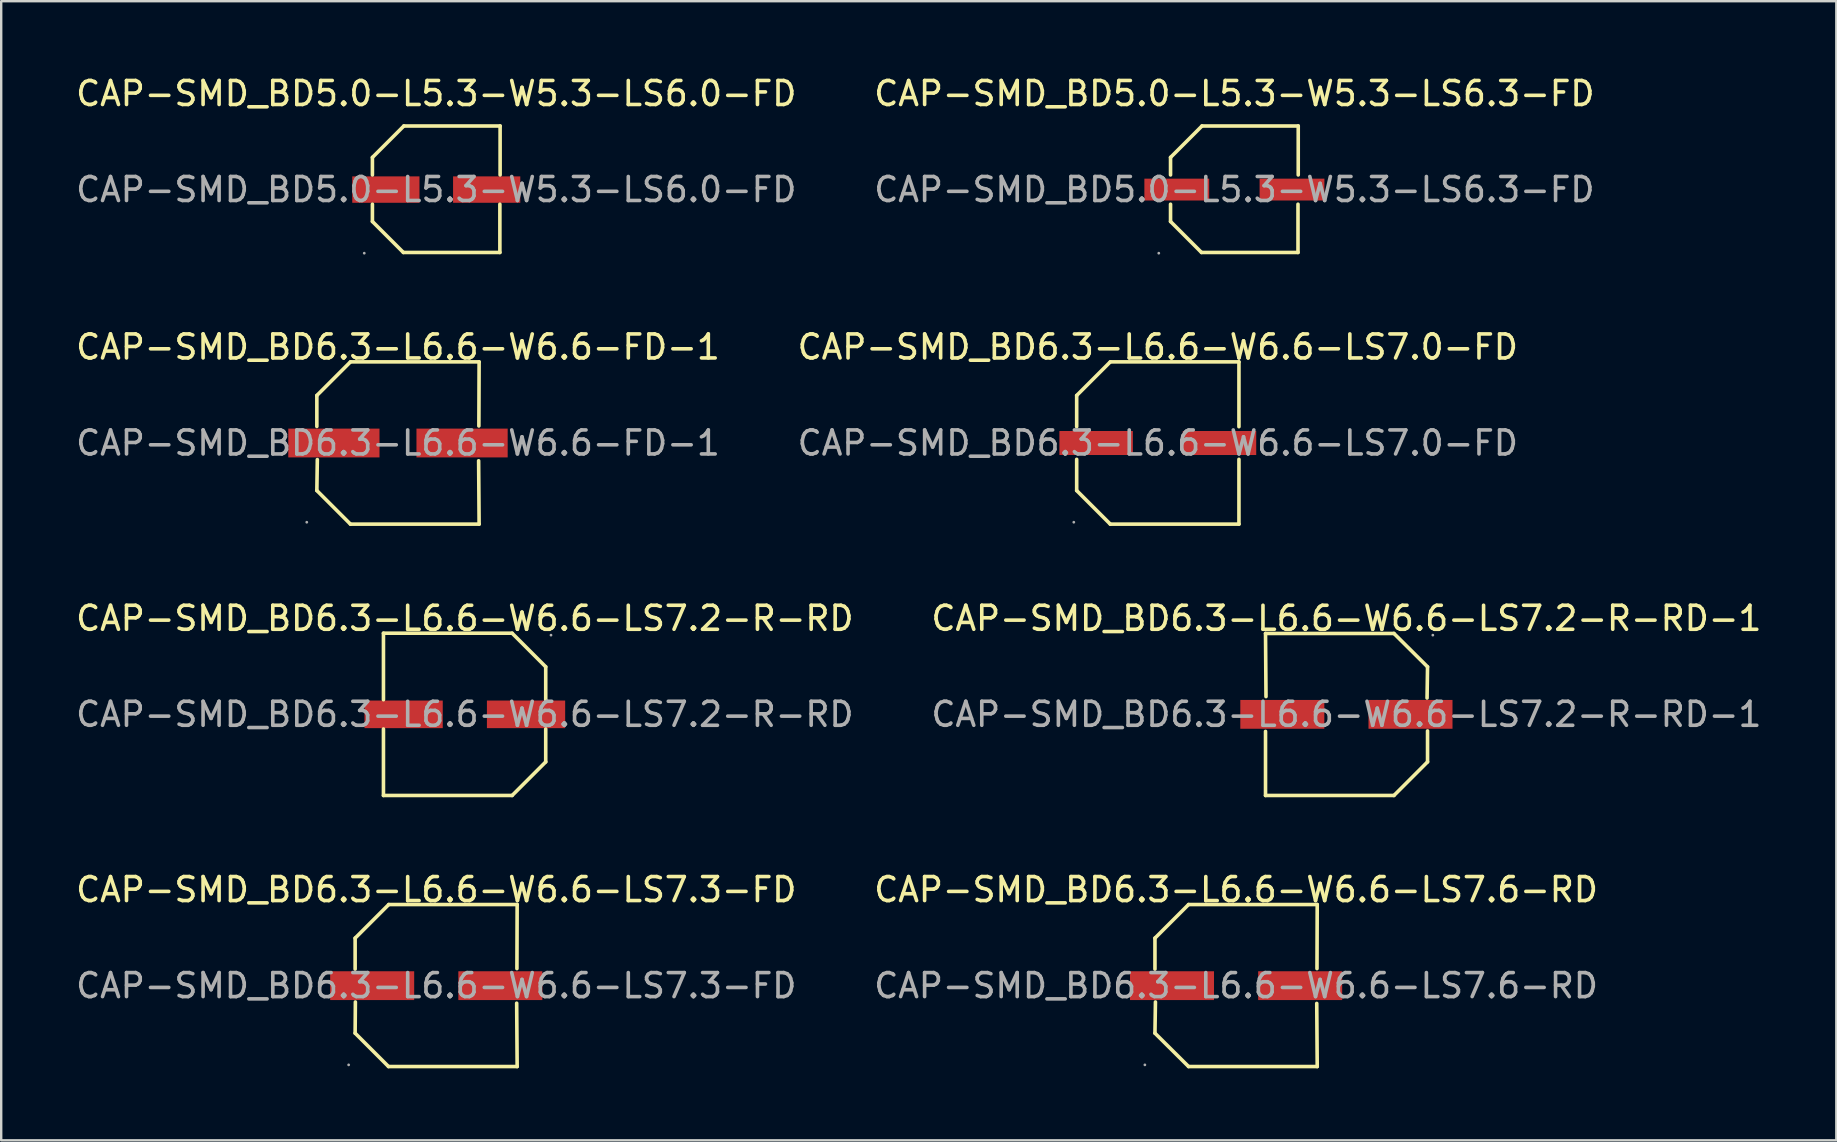
<source format=kicad_pcb>
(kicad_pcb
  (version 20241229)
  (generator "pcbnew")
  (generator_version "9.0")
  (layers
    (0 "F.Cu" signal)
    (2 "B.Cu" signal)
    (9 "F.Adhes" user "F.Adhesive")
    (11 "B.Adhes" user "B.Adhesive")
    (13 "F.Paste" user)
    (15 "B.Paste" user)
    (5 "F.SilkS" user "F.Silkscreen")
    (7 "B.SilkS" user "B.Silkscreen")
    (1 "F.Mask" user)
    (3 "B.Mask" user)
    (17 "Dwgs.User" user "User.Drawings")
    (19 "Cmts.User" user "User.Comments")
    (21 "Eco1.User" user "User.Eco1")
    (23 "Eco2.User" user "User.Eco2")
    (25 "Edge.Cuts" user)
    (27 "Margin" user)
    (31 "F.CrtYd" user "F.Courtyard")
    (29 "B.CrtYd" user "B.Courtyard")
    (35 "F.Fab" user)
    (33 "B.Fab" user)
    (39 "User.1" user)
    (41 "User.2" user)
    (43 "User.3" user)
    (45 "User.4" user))
  (footprint "CAP-SMD_BD6.3-L6.6-W6.6-LS7.3-FD"
    (layer "F.Cu")
    (at 15.125 38.013)
    (property "Reference" "CAP-SMD_BD6.3-L6.6-W6.6-LS7.3-FD" (at 0 -4 0) (layer "F.SilkS") (effects (font (size 1 1) (thickness 0.15))))
    (attr through_hole)
    (fp_line (start -3.38 -1.98) (end -3.38 -0.69) (stroke (width 0.15) (type solid)) (layer "F.SilkS"))
    (fp_line (start -3.38 1.98) (end -3.37 0.68) (stroke (width 0.15) (type solid)) (layer "F.SilkS"))
    (fp_line (start -1.99 3.37) (end -3.38 1.98) (stroke (width 0.15) (type solid)) (layer "F.SilkS"))
    (fp_line (start -1.98 -3.38) (end -3.38 -1.98) (stroke (width 0.15) (type solid)) (layer "F.SilkS"))
    (fp_line (start 3.35 0.73) (end 3.37 3.37) (stroke (width 0.15) (type solid)) (layer "F.SilkS"))
    (fp_line (start 3.36 -0.71) (end 3.37 -3.38) (stroke (width 0.15) (type solid)) (layer "F.SilkS"))
    (fp_line (start 3.37 -3.38) (end -1.98 -3.38) (stroke (width 0.15) (type solid)) (layer "F.SilkS"))
    (fp_line (start 3.37 3.37) (end -1.99 3.37) (stroke (width 0.15) (type solid)) (layer "F.SilkS"))
    (fp_circle (center -3.65 3.3) (end -3.62 3.3) (stroke (width 0.06) (type solid)) (fill no) (layer "F.Fab"))
    (fp_text user "${REFERENCE}" (at 0 0 0) (layer "F.Fab") (effects (font (size 1 1) (thickness 0.15))))
    (pad "1" smd rect (at -2.67 0) (size 3.5 1.2) (layers "F.Cu" "F.Mask" "F.Paste"))
    (pad "2" smd rect (at 2.67 0) (size 3.5 1.2) (layers "F.Cu" "F.Mask" "F.Paste")))
  (footprint "CAP-SMD_BD6.3-L6.6-W6.6-LS7.0-FD"
    (layer "F.Cu")
    (at 45.185 15.406)
    (property "Reference" "CAP-SMD_BD6.3-L6.6-W6.6-LS7.0-FD" (at 0 -4 0) (layer "F.SilkS") (effects (font (size 1 1) (thickness 0.15))))
    (attr through_hole)
    (fp_line (start -3.38 -1.98) (end -3.38 -0.68) (stroke (width 0.15) (type solid)) (layer "F.SilkS"))
    (fp_line (start -3.38 -1.98) (end -1.98 -3.38) (stroke (width 0.15) (type solid)) (layer "F.SilkS"))
    (fp_line (start -3.38 0.68) (end -3.38 1.98) (stroke (width 0.15) (type solid)) (layer "F.SilkS"))
    (fp_line (start -3.38 1.98) (end -1.98 3.38) (stroke (width 0.15) (type solid)) (layer "F.SilkS"))
    (fp_line (start -1.98 -3.38) (end 3.38 -3.38) (stroke (width 0.15) (type solid)) (layer "F.SilkS"))
    (fp_line (start -1.98 3.38) (end 3.38 3.38) (stroke (width 0.15) (type solid)) (layer "F.SilkS"))
    (fp_line (start 3.38 -3.38) (end 3.38 -0.68) (stroke (width 0.15) (type solid)) (layer "F.SilkS"))
    (fp_line (start 3.38 0.68) (end 3.38 3.38) (stroke (width 0.15) (type solid)) (layer "F.SilkS"))
    (fp_circle (center -3.5 3.3) (end -3.47 3.3) (stroke (width 0.06) (type solid)) (fill no) (layer "F.Fab"))
    (fp_text user "${REFERENCE}" (at 0 0 0) (layer "F.Fab") (effects (font (size 1 1) (thickness 0.15))))
    (pad "1" smd rect (at -2.57 0) (size 3.06 1) (layers "F.Cu" "F.Mask" "F.Paste"))
    (pad "2" smd rect (at 2.57 0) (size 3.06 1) (layers "F.Cu" "F.Mask" "F.Paste")))
  (footprint "CAP-SMD_BD6.3-L6.6-W6.6-LS7.2-R-RD-1"
    (layer "F.Cu")
    (at 53.042 26.71)
    (property "Reference" "CAP-SMD_BD6.3-L6.6-W6.6-LS7.2-R-RD-1" (at 0 -4 0) (layer "F.SilkS") (effects (font (size 1 1) (thickness 0.15))))
    (attr through_hole)
    (fp_line (start -3.37 -3.37) (end 1.98 -3.37) (stroke (width 0.15) (type solid)) (layer "F.SilkS"))
    (fp_line (start -3.37 0.71) (end -3.37 3.38) (stroke (width 0.15) (type solid)) (layer "F.SilkS"))
    (fp_line (start -3.37 3.38) (end 1.98 3.38) (stroke (width 0.15) (type solid)) (layer "F.SilkS"))
    (fp_line (start -3.35 -0.74) (end -3.37 -3.37) (stroke (width 0.15) (type solid)) (layer "F.SilkS"))
    (fp_line (start 1.98 -3.37) (end 3.38 -1.98) (stroke (width 0.15) (type solid)) (layer "F.SilkS"))
    (fp_line (start 1.98 3.38) (end 3.38 1.98) (stroke (width 0.15) (type solid)) (layer "F.SilkS"))
    (fp_line (start 3.38 -1.98) (end 3.36 -0.68) (stroke (width 0.15) (type solid)) (layer "F.SilkS"))
    (fp_line (start 3.38 1.98) (end 3.38 0.69) (stroke (width 0.15) (type solid)) (layer "F.SilkS"))
    (fp_circle (center 3.6 -3.3) (end 3.63 -3.3) (stroke (width 0.06) (type solid)) (fill no) (layer "F.Fab"))
    (fp_text user "${REFERENCE}" (at 0 0 0) (layer "F.Fab") (effects (font (size 1 1) (thickness 0.15))))
    (pad "1" smd rect (at 2.67 0 180) (size 3.5 1.2) (layers "F.Cu" "F.Mask" "F.Paste"))
    (pad "2" smd rect (at -2.67 0 180) (size 3.5 1.2) (layers "F.Cu" "F.Mask" "F.Paste")))
  (footprint "CAP-SMD_BD5.0-L5.3-W5.3-LS6.0-FD"
    (layer "F.Cu")
    (at 15.125 4.848)
    (property "Reference" "CAP-SMD_BD5.0-L5.3-W5.3-LS6.0-FD" (at 0 -4 0) (layer "F.SilkS") (effects (font (size 1 1) (thickness 0.15))))
    (attr through_hole)
    (fp_line (start -2.66 -1.34) (end -2.66 -0.61) (stroke (width 0.15) (type solid)) (layer "F.SilkS"))
    (fp_line (start -2.66 1.33) (end -2.66 0.61) (stroke (width 0.15) (type solid)) (layer "F.SilkS"))
    (fp_line (start -1.37 2.62) (end -2.66 1.33) (stroke (width 0.15) (type solid)) (layer "F.SilkS"))
    (fp_line (start -1.35 -2.65) (end -2.66 -1.34) (stroke (width 0.15) (type solid)) (layer "F.SilkS"))
    (fp_line (start 2.65 0.61) (end 2.65 2.62) (stroke (width 0.15) (type solid)) (layer "F.SilkS"))
    (fp_line (start 2.65 2.62) (end -1.37 2.62) (stroke (width 0.15) (type solid)) (layer "F.SilkS"))
    (fp_line (start 2.66 -2.65) (end -1.35 -2.65) (stroke (width 0.15) (type solid)) (layer "F.SilkS"))
    (fp_line (start 2.66 -0.61) (end 2.66 -2.65) (stroke (width 0.15) (type solid)) (layer "F.SilkS"))
    (fp_circle (center -3 2.65) (end -2.97 2.65) (stroke (width 0.06) (type solid)) (fill no) (layer "F.Fab"))
    (fp_text user "${REFERENCE}" (at 0 0 0) (layer "F.Fab") (effects (font (size 1 1) (thickness 0.15))))
    (pad "1" smd rect (at -2.1 0) (size 2.8 1.1) (layers "F.Cu" "F.Mask" "F.Paste"))
    (pad "2" smd rect (at 2.1 0) (size 2.8 1.1) (layers "F.Cu" "F.Mask" "F.Paste")))
  (footprint "CAP-SMD_BD6.3-L6.6-W6.6-LS7.6-RD"
    (layer "F.Cu")
    (at 48.446 38.013)
    (property "Reference" "CAP-SMD_BD6.3-L6.6-W6.6-LS7.6-RD" (at 0 -4 0) (layer "F.SilkS") (effects (font (size 1 1) (thickness 0.15))))
    (attr through_hole)
    (fp_line (start -3.38 -1.98) (end -3.38 -0.69) (stroke (width 0.15) (type solid)) (layer "F.SilkS"))
    (fp_line (start -3.38 1.98) (end -3.36 0.68) (stroke (width 0.15) (type solid)) (layer "F.SilkS"))
    (fp_line (start -1.98 -3.38) (end -3.38 -1.98) (stroke (width 0.15) (type solid)) (layer "F.SilkS"))
    (fp_line (start -1.98 3.37) (end -3.38 1.98) (stroke (width 0.15) (type solid)) (layer "F.SilkS"))
    (fp_line (start 3.36 0.74) (end 3.38 3.37) (stroke (width 0.15) (type solid)) (layer "F.SilkS"))
    (fp_line (start 3.37 -0.71) (end 3.38 -3.38) (stroke (width 0.15) (type solid)) (layer "F.SilkS"))
    (fp_line (start 3.38 -3.38) (end -1.98 -3.38) (stroke (width 0.15) (type solid)) (layer "F.SilkS"))
    (fp_line (start 3.38 3.37) (end -1.98 3.37) (stroke (width 0.15) (type solid)) (layer "F.SilkS"))
    (fp_circle (center -3.8 3.3) (end -3.77 3.3) (stroke (width 0.06) (type solid)) (fill no) (layer "F.Fab"))
    (fp_text user "${REFERENCE}" (at 0 0 0) (layer "F.Fab") (effects (font (size 1 1) (thickness 0.15))))
    (pad "1" smd rect (at -2.67 0) (size 3.5 1.2) (layers "F.Cu" "F.Mask" "F.Paste"))
    (pad "2" smd rect (at 2.67 0) (size 3.5 1.2) (layers "F.Cu" "F.Mask" "F.Paste")))
  (footprint "CAP-SMD_BD6.3-L6.6-W6.6-FD-1"
    (layer "F.Cu")
    (at 13.53 15.406)
    (property "Reference" "CAP-SMD_BD6.3-L6.6-W6.6-FD-1" (at 0 -4 0) (layer "F.SilkS") (effects (font (size 1 1) (thickness 0.15))))
    (attr through_hole)
    (fp_line (start -3.38 -1.98) (end -3.38 -0.69) (stroke (width 0.15) (type solid)) (layer "F.SilkS"))
    (fp_line (start -3.38 1.98) (end -3.36 0.69) (stroke (width 0.15) (type solid)) (layer "F.SilkS"))
    (fp_line (start -1.98 -3.38) (end -3.38 -1.98) (stroke (width 0.15) (type solid)) (layer "F.SilkS"))
    (fp_line (start -1.98 3.38) (end -3.38 1.98) (stroke (width 0.15) (type solid)) (layer "F.SilkS"))
    (fp_line (start 3.36 0.74) (end 3.38 3.38) (stroke (width 0.15) (type solid)) (layer "F.SilkS"))
    (fp_line (start 3.37 -0.71) (end 3.38 -3.38) (stroke (width 0.15) (type solid)) (layer "F.SilkS"))
    (fp_line (start 3.38 -3.38) (end -1.98 -3.38) (stroke (width 0.15) (type solid)) (layer "F.SilkS"))
    (fp_line (start 3.38 3.38) (end -1.98 3.38) (stroke (width 0.15) (type solid)) (layer "F.SilkS"))
    (fp_circle (center -3.8 3.3) (end -3.77 3.3) (stroke (width 0.06) (type solid)) (fill no) (layer "F.Fab"))
    (fp_text user "${REFERENCE}" (at 0 0 0) (layer "F.Fab") (effects (font (size 1 1) (thickness 0.15))))
    (pad "1" smd rect (at -2.67 0) (size 3.8 1.2) (layers "F.Cu" "F.Mask" "F.Paste"))
    (pad "2" smd rect (at 2.67 0) (size 3.8 1.2) (layers "F.Cu" "F.Mask" "F.Paste")))
  (footprint "CAP-SMD_BD5.0-L5.3-W5.3-LS6.3-FD"
    (layer "F.Cu")
    (at 48.375 4.848)
    (property "Reference" "CAP-SMD_BD5.0-L5.3-W5.3-LS6.3-FD" (at 0 -4 0) (layer "F.SilkS") (effects (font (size 1 1) (thickness 0.15))))
    (attr through_hole)
    (fp_line (start -2.66 -1.34) (end -2.66 -0.61) (stroke (width 0.15) (type solid)) (layer "F.SilkS"))
    (fp_line (start -2.66 1.33) (end -2.66 0.61) (stroke (width 0.15) (type solid)) (layer "F.SilkS"))
    (fp_line (start -1.37 2.62) (end -2.66 1.33) (stroke (width 0.15) (type solid)) (layer "F.SilkS"))
    (fp_line (start -1.35 -2.65) (end -2.66 -1.34) (stroke (width 0.15) (type solid)) (layer "F.SilkS"))
    (fp_line (start 2.65 0.61) (end 2.65 2.62) (stroke (width 0.15) (type solid)) (layer "F.SilkS"))
    (fp_line (start 2.65 2.62) (end -1.37 2.62) (stroke (width 0.15) (type solid)) (layer "F.SilkS"))
    (fp_line (start 2.66 -2.65) (end -1.35 -2.65) (stroke (width 0.15) (type solid)) (layer "F.SilkS"))
    (fp_line (start 2.66 -0.61) (end 2.66 -2.65) (stroke (width 0.15) (type solid)) (layer "F.SilkS"))
    (fp_circle (center -3.15 2.65) (end -3.12 2.65) (stroke (width 0.06) (type solid)) (fill no) (layer "F.Fab"))
    (fp_text user "${REFERENCE}" (at 0 0 0) (layer "F.Fab") (effects (font (size 1 1) (thickness 0.15))))
    (pad "1" smd rect (at -2.4 0) (size 2.7 0.91) (layers "F.Cu" "F.Mask" "F.Paste"))
    (pad "2" smd rect (at 2.4 0) (size 2.7 0.91) (layers "F.Cu" "F.Mask" "F.Paste")))
  (footprint "CAP-SMD_BD6.3-L6.6-W6.6-LS7.2-R-RD"
    (layer "F.Cu")
    (at 16.315 26.71)
    (property "Reference" "CAP-SMD_BD6.3-L6.6-W6.6-LS7.2-R-RD" (at 0 -4 0) (layer "F.SilkS") (effects (font (size 1 1) (thickness 0.15))))
    (attr through_hole)
    (fp_line (start -3.39 -3.38) (end 1.97 -3.38) (stroke (width 0.15) (type solid)) (layer "F.SilkS"))
    (fp_line (start -3.39 -0.61) (end -3.39 -3.38) (stroke (width 0.15) (type solid)) (layer "F.SilkS"))
    (fp_line (start -3.39 0.61) (end -3.39 3.38) (stroke (width 0.15) (type solid)) (layer "F.SilkS"))
    (fp_line (start -3.39 3.38) (end 1.97 3.38) (stroke (width 0.15) (type solid)) (layer "F.SilkS"))
    (fp_line (start 1.97 -3.38) (end 3.37 -1.98) (stroke (width 0.15) (type solid)) (layer "F.SilkS"))
    (fp_line (start 1.97 3.38) (end 3.37 1.98) (stroke (width 0.15) (type solid)) (layer "F.SilkS"))
    (fp_line (start 3.37 -1.98) (end 3.37 -0.61) (stroke (width 0.15) (type solid)) (layer "F.SilkS"))
    (fp_line (start 3.37 1.98) (end 3.37 0.61) (stroke (width 0.15) (type solid)) (layer "F.SilkS"))
    (fp_circle (center 3.59 -3.3) (end 3.62 -3.3) (stroke (width 0.06) (type solid)) (fill no) (layer "F.Fab"))
    (fp_text user "${REFERENCE}" (at 0 0 0) (layer "F.Fab") (effects (font (size 1 1) (thickness 0.15))))
    (pad "1" smd rect (at 2.55 0 180) (size 3.26 1.15) (layers "F.Cu" "F.Mask" "F.Paste"))
    (pad "2" smd rect (at -2.55 0 180) (size 3.26 1.15) (layers "F.Cu" "F.Mask" "F.Paste")))
  (gr_rect
    (start -3 -3)
    (end 73.452 44.458)
    (stroke (width 0.1) (type default))
    (fill no)
    (layer "Edge.Cuts")))
</source>
